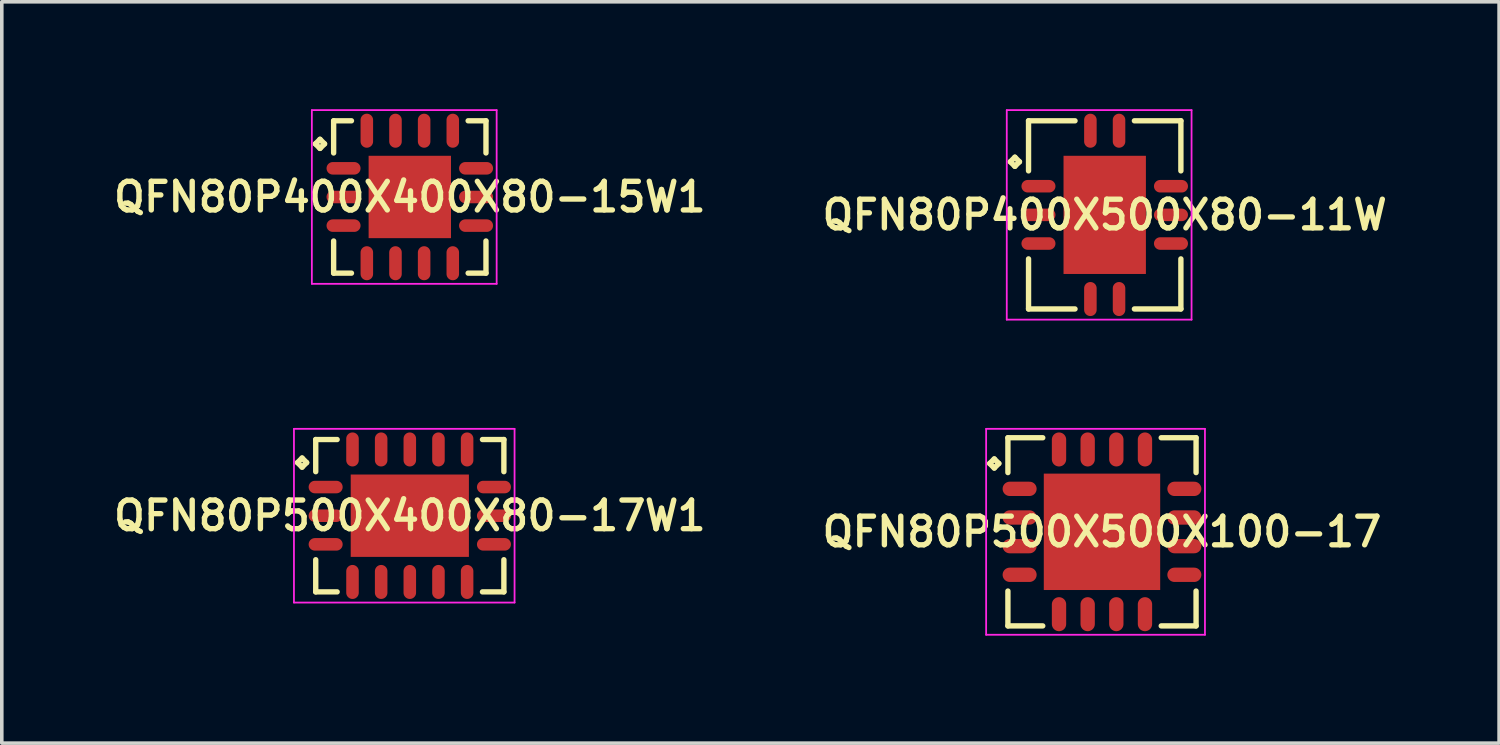
<source format=kicad_pcb>
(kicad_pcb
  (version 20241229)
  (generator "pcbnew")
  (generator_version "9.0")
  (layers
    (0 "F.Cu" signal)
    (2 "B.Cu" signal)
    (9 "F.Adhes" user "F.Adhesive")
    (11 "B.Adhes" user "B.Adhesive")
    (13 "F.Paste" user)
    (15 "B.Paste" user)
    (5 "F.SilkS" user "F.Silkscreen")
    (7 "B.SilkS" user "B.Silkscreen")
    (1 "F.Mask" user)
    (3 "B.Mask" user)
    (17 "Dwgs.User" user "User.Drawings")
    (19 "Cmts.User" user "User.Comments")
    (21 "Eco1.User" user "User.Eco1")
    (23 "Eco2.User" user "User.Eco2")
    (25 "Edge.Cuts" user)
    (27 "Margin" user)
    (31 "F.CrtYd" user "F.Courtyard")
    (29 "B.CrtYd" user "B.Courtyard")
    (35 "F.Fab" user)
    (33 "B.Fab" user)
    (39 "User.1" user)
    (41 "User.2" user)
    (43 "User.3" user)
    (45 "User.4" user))
  (footprint "QFN80P500X400X80-17W1"
    (layer "F.Cu")
    (at 8.393 11.35)
    (property "Reference" "QFN80P500X400X80-17W1" (at 0 0 0) (layer "F.SilkS") (effects (font (size 0.8 0.8) (thickness 0.15))))
    (attr smd)
    (fp_line (start -3.135 -1.483) (end -3.008 -1.61) (stroke (width 0.15) (type solid)) (layer "F.SilkS"))
    (fp_line (start -3.008 -1.61) (end -2.881 -1.483) (stroke (width 0.15) (type solid)) (layer "F.SilkS"))
    (fp_line (start -3.008 -1.356) (end -3.135 -1.483) (stroke (width 0.15) (type solid)) (layer "F.SilkS"))
    (fp_line (start -2.881 -1.483) (end -3.008 -1.356) (stroke (width 0.15) (type solid)) (layer "F.SilkS"))
    (fp_line (start -2.627 -2.127) (end -2.029 -2.127) (stroke (width 0.15) (type solid)) (layer "F.SilkS"))
    (fp_line (start -2.627 -1.229) (end -2.627 -2.127) (stroke (width 0.15) (type solid)) (layer "F.SilkS"))
    (fp_line (start -2.627 1.229) (end -2.627 2.127) (stroke (width 0.15) (type solid)) (layer "F.SilkS"))
    (fp_line (start -2.627 2.127) (end -2.029 2.127) (stroke (width 0.15) (type solid)) (layer "F.SilkS"))
    (fp_line (start 2.029 -2.127) (end 2.627 -2.127) (stroke (width 0.15) (type solid)) (layer "F.SilkS"))
    (fp_line (start 2.029 2.127) (end 2.627 2.127) (stroke (width 0.15) (type solid)) (layer "F.SilkS"))
    (fp_line (start 2.627 -2.127) (end 2.627 -1.229) (stroke (width 0.15) (type solid)) (layer "F.SilkS"))
    (fp_line (start 2.627 2.127) (end 2.627 1.229) (stroke (width 0.15) (type solid)) (layer "F.SilkS"))
    (fp_line (start -3.235 -2.425) (end 2.925 -2.425) (stroke (width 0.05) (type solid)) (layer "F.CrtYd"))
    (fp_line (start -3.235 2.425) (end -3.235 -2.425) (stroke (width 0.05) (type solid)) (layer "F.CrtYd"))
    (fp_line (start 2.925 -2.425) (end 2.925 2.425) (stroke (width 0.05) (type solid)) (layer "F.CrtYd"))
    (fp_line (start 2.925 2.425) (end -3.235 2.425) (stroke (width 0.05) (type solid)) (layer "F.CrtYd"))
    (pad "1" smd oval (at -2.35 -0.8) (size 0.95 0.35) (layers "F.Cu" "F.Mask" "F.Paste"))
    (pad "2" smd oval (at -2.35 0) (size 0.95 0.35) (layers "F.Cu" "F.Mask" "F.Paste"))
    (pad "3" smd oval (at -2.35 0.8) (size 0.95 0.35) (layers "F.Cu" "F.Mask" "F.Paste"))
    (pad "4" smd oval (at -1.6 1.85) (size 0.35 0.95) (layers "F.Cu" "F.Mask" "F.Paste"))
    (pad "5" smd oval (at -0.8 1.85) (size 0.35 0.95) (layers "F.Cu" "F.Mask" "F.Paste"))
    (pad "6" smd oval (at 0 1.85) (size 0.35 0.95) (layers "F.Cu" "F.Mask" "F.Paste"))
    (pad "7" smd oval (at 0.8 1.85) (size 0.35 0.95) (layers "F.Cu" "F.Mask" "F.Paste"))
    (pad "8" smd oval (at 1.6 1.85) (size 0.35 0.95) (layers "F.Cu" "F.Mask" "F.Paste"))
    (pad "9" smd oval (at 2.35 0.8) (size 0.95 0.35) (layers "F.Cu" "F.Mask" "F.Paste"))
    (pad "10" smd oval (at 2.35 0) (size 0.95 0.35) (layers "F.Cu" "F.Mask" "F.Paste"))
    (pad "11" smd oval (at 2.35 -0.8) (size 0.95 0.35) (layers "F.Cu" "F.Mask" "F.Paste"))
    (pad "12" smd oval (at 1.6 -1.85) (size 0.35 0.95) (layers "F.Cu" "F.Mask" "F.Paste"))
    (pad "13" smd oval (at 0.8 -1.85) (size 0.35 0.95) (layers "F.Cu" "F.Mask" "F.Paste"))
    (pad "14" smd oval (at 0 -1.85) (size 0.35 0.95) (layers "F.Cu" "F.Mask" "F.Paste"))
    (pad "15" smd oval (at -0.8 -1.85) (size 0.35 0.95) (layers "F.Cu" "F.Mask" "F.Paste"))
    (pad "16" smd oval (at -1.6 -1.85) (size 0.35 0.95) (layers "F.Cu" "F.Mask" "F.Paste"))
    (pad "17" smd rect (at 0 0) (size 3.3 2.3) (layers "F.Cu" "F.Mask" "F.Paste")))
  (footprint "QFN80P500X500X100-17"
    (layer "F.Cu")
    (at 27.721 11.8)
    (property "Reference" "QFN80P500X500X100-17" (at 0 0 0) (layer "F.SilkS") (effects (font (size 0.8 0.8) (thickness 0.15))))
    (attr smd)
    (fp_line (start -3.135 -1.908) (end -3.008 -2.035) (stroke (width 0.15) (type solid)) (layer "F.SilkS"))
    (fp_line (start -3.008 -2.035) (end -2.881 -1.908) (stroke (width 0.15) (type solid)) (layer "F.SilkS"))
    (fp_line (start -3.008 -1.781) (end -3.135 -1.908) (stroke (width 0.15) (type solid)) (layer "F.SilkS"))
    (fp_line (start -2.881 -1.908) (end -3.008 -1.781) (stroke (width 0.15) (type solid)) (layer "F.SilkS"))
    (fp_line (start -2.627 -2.627) (end -1.654 -2.627) (stroke (width 0.15) (type solid)) (layer "F.SilkS"))
    (fp_line (start -2.627 -1.654) (end -2.627 -2.627) (stroke (width 0.15) (type solid)) (layer "F.SilkS"))
    (fp_line (start -2.627 1.654) (end -2.627 2.627) (stroke (width 0.15) (type solid)) (layer "F.SilkS"))
    (fp_line (start -2.627 2.627) (end -1.654 2.627) (stroke (width 0.15) (type solid)) (layer "F.SilkS"))
    (fp_line (start 1.654 -2.627) (end 2.627 -2.627) (stroke (width 0.15) (type solid)) (layer "F.SilkS"))
    (fp_line (start 1.654 2.627) (end 2.627 2.627) (stroke (width 0.15) (type solid)) (layer "F.SilkS"))
    (fp_line (start 2.627 -2.627) (end 2.627 -1.654) (stroke (width 0.15) (type solid)) (layer "F.SilkS"))
    (fp_line (start 2.627 2.627) (end 2.627 1.654) (stroke (width 0.15) (type solid)) (layer "F.SilkS"))
    (fp_line (start -3.235 -2.875) (end 2.875 -2.875) (stroke (width 0.05) (type solid)) (layer "F.CrtYd"))
    (fp_line (start -3.235 2.875) (end -3.235 -2.875) (stroke (width 0.05) (type solid)) (layer "F.CrtYd"))
    (fp_line (start 2.875 -2.875) (end 2.875 2.875) (stroke (width 0.05) (type solid)) (layer "F.CrtYd"))
    (fp_line (start 2.875 2.875) (end -3.235 2.875) (stroke (width 0.05) (type solid)) (layer "F.CrtYd"))
    (pad "1" smd oval (at -2.3 -1.2) (size 0.95 0.4) (layers "F.Cu" "F.Mask" "F.Paste"))
    (pad "2" smd oval (at -2.3 -0.4) (size 0.95 0.4) (layers "F.Cu" "F.Mask" "F.Paste"))
    (pad "3" smd oval (at -2.3 0.4) (size 0.95 0.4) (layers "F.Cu" "F.Mask" "F.Paste"))
    (pad "4" smd oval (at -2.3 1.2) (size 0.95 0.4) (layers "F.Cu" "F.Mask" "F.Paste"))
    (pad "5" smd oval (at -1.2 2.3) (size 0.4 0.95) (layers "F.Cu" "F.Mask" "F.Paste"))
    (pad "6" smd oval (at -0.4 2.3) (size 0.4 0.95) (layers "F.Cu" "F.Mask" "F.Paste"))
    (pad "7" smd oval (at 0.4 2.3) (size 0.4 0.95) (layers "F.Cu" "F.Mask" "F.Paste"))
    (pad "8" smd oval (at 1.2 2.3) (size 0.4 0.95) (layers "F.Cu" "F.Mask" "F.Paste"))
    (pad "9" smd oval (at 2.3 1.2) (size 0.95 0.4) (layers "F.Cu" "F.Mask" "F.Paste"))
    (pad "10" smd oval (at 2.3 0.4) (size 0.95 0.4) (layers "F.Cu" "F.Mask" "F.Paste"))
    (pad "11" smd oval (at 2.3 -0.4) (size 0.95 0.4) (layers "F.Cu" "F.Mask" "F.Paste"))
    (pad "12" smd oval (at 2.3 -1.2) (size 0.95 0.4) (layers "F.Cu" "F.Mask" "F.Paste"))
    (pad "13" smd oval (at 1.2 -2.3) (size 0.4 0.95) (layers "F.Cu" "F.Mask" "F.Paste"))
    (pad "14" smd oval (at 0.4 -2.3) (size 0.4 0.95) (layers "F.Cu" "F.Mask" "F.Paste"))
    (pad "15" smd oval (at -0.4 -2.3) (size 0.4 0.95) (layers "F.Cu" "F.Mask" "F.Paste"))
    (pad "16" smd oval (at -1.2 -2.3) (size 0.4 0.95) (layers "F.Cu" "F.Mask" "F.Paste"))
    (pad "17" smd rect (at 0 0) (size 3.25 3.25) (layers "F.Cu" "F.Mask" "F.Paste")))
  (footprint "QFN80P400X500X80-11W"
    (layer "F.Cu")
    (at 27.797 2.95)
    (property "Reference" "QFN80P400X500X80-11W" (at 0 0 0) (layer "F.SilkS") (effects (font (size 0.8 0.8) (thickness 0.15))))
    (attr smd)
    (fp_line (start -2.635 -1.483) (end -2.508 -1.61) (stroke (width 0.15) (type solid)) (layer "F.SilkS"))
    (fp_line (start -2.508 -1.61) (end -2.381 -1.483) (stroke (width 0.15) (type solid)) (layer "F.SilkS"))
    (fp_line (start -2.508 -1.356) (end -2.635 -1.483) (stroke (width 0.15) (type solid)) (layer "F.SilkS"))
    (fp_line (start -2.381 -1.483) (end -2.508 -1.356) (stroke (width 0.15) (type solid)) (layer "F.SilkS"))
    (fp_line (start -2.127 -2.627) (end -0.829 -2.627) (stroke (width 0.15) (type solid)) (layer "F.SilkS"))
    (fp_line (start -2.127 -1.229) (end -2.127 -2.627) (stroke (width 0.15) (type solid)) (layer "F.SilkS"))
    (fp_line (start -2.127 1.229) (end -2.127 2.627) (stroke (width 0.15) (type solid)) (layer "F.SilkS"))
    (fp_line (start -2.127 2.627) (end -0.829 2.627) (stroke (width 0.15) (type solid)) (layer "F.SilkS"))
    (fp_line (start 0.829 -2.627) (end 2.127 -2.627) (stroke (width 0.15) (type solid)) (layer "F.SilkS"))
    (fp_line (start 0.829 2.627) (end 2.127 2.627) (stroke (width 0.15) (type solid)) (layer "F.SilkS"))
    (fp_line (start 2.127 -2.627) (end 2.127 -1.229) (stroke (width 0.15) (type solid)) (layer "F.SilkS"))
    (fp_line (start 2.127 2.627) (end 2.127 1.229) (stroke (width 0.15) (type solid)) (layer "F.SilkS"))
    (fp_line (start -2.735 -2.925) (end 2.425 -2.925) (stroke (width 0.05) (type solid)) (layer "F.CrtYd"))
    (fp_line (start -2.735 2.925) (end -2.735 -2.925) (stroke (width 0.05) (type solid)) (layer "F.CrtYd"))
    (fp_line (start 2.425 -2.925) (end 2.425 2.925) (stroke (width 0.05) (type solid)) (layer "F.CrtYd"))
    (fp_line (start 2.425 2.925) (end -2.735 2.925) (stroke (width 0.05) (type solid)) (layer "F.CrtYd"))
    (pad "1" smd oval (at -1.85 -0.8) (size 0.95 0.35) (layers "F.Cu" "F.Mask" "F.Paste"))
    (pad "2" smd oval (at -1.85 0) (size 0.95 0.35) (layers "F.Cu" "F.Mask" "F.Paste"))
    (pad "3" smd oval (at -1.85 0.8) (size 0.95 0.35) (layers "F.Cu" "F.Mask" "F.Paste"))
    (pad "4" smd oval (at -0.4 2.35) (size 0.35 0.95) (layers "F.Cu" "F.Mask" "F.Paste"))
    (pad "5" smd oval (at 0.4 2.35) (size 0.35 0.95) (layers "F.Cu" "F.Mask" "F.Paste"))
    (pad "6" smd oval (at 1.85 0.8) (size 0.95 0.35) (layers "F.Cu" "F.Mask" "F.Paste"))
    (pad "7" smd oval (at 1.85 0) (size 0.95 0.35) (layers "F.Cu" "F.Mask" "F.Paste"))
    (pad "8" smd oval (at 1.85 -0.8) (size 0.95 0.35) (layers "F.Cu" "F.Mask" "F.Paste"))
    (pad "9" smd oval (at 0.4 -2.35) (size 0.35 0.95) (layers "F.Cu" "F.Mask" "F.Paste"))
    (pad "10" smd oval (at -0.4 -2.35) (size 0.35 0.95) (layers "F.Cu" "F.Mask" "F.Paste"))
    (pad "11" smd rect (at 0 0) (size 2.3 3.3) (layers "F.Cu" "F.Mask" "F.Paste")))
  (footprint "QFN80P400X400X80-15W1"
    (layer "F.Cu")
    (at 8.393 2.45)
    (property "Reference" "QFN80P400X400X80-15W1" (at 0 0 0) (layer "F.SilkS") (effects (font (size 0.8 0.8) (thickness 0.15))))
    (attr smd)
    (fp_line (start -2.635 -1.483) (end -2.508 -1.61) (stroke (width 0.15) (type solid)) (layer "F.SilkS"))
    (fp_line (start -2.508 -1.61) (end -2.381 -1.483) (stroke (width 0.15) (type solid)) (layer "F.SilkS"))
    (fp_line (start -2.508 -1.356) (end -2.635 -1.483) (stroke (width 0.15) (type solid)) (layer "F.SilkS"))
    (fp_line (start -2.381 -1.483) (end -2.508 -1.356) (stroke (width 0.15) (type solid)) (layer "F.SilkS"))
    (fp_line (start -2.127 -2.127) (end -1.629 -2.127) (stroke (width 0.15) (type solid)) (layer "F.SilkS"))
    (fp_line (start -2.127 -1.229) (end -2.127 -2.127) (stroke (width 0.15) (type solid)) (layer "F.SilkS"))
    (fp_line (start -2.127 1.229) (end -2.127 2.127) (stroke (width 0.15) (type solid)) (layer "F.SilkS"))
    (fp_line (start -2.127 2.127) (end -1.629 2.127) (stroke (width 0.15) (type solid)) (layer "F.SilkS"))
    (fp_line (start 1.629 -2.127) (end 2.127 -2.127) (stroke (width 0.15) (type solid)) (layer "F.SilkS"))
    (fp_line (start 1.629 2.127) (end 2.127 2.127) (stroke (width 0.15) (type solid)) (layer "F.SilkS"))
    (fp_line (start 2.127 -2.127) (end 2.127 -1.229) (stroke (width 0.15) (type solid)) (layer "F.SilkS"))
    (fp_line (start 2.127 2.127) (end 2.127 1.229) (stroke (width 0.15) (type solid)) (layer "F.SilkS"))
    (fp_line (start -2.735 -2.425) (end 2.425 -2.425) (stroke (width 0.05) (type solid)) (layer "F.CrtYd"))
    (fp_line (start -2.735 2.425) (end -2.735 -2.425) (stroke (width 0.05) (type solid)) (layer "F.CrtYd"))
    (fp_line (start 2.425 -2.425) (end 2.425 2.425) (stroke (width 0.05) (type solid)) (layer "F.CrtYd"))
    (fp_line (start 2.425 2.425) (end -2.735 2.425) (stroke (width 0.05) (type solid)) (layer "F.CrtYd"))
    (pad "1" smd oval (at -1.85 -0.8) (size 0.95 0.35) (layers "F.Cu" "F.Mask" "F.Paste"))
    (pad "2" smd oval (at -1.85 0) (size 0.95 0.35) (layers "F.Cu" "F.Mask" "F.Paste"))
    (pad "3" smd oval (at -1.85 0.8) (size 0.95 0.35) (layers "F.Cu" "F.Mask" "F.Paste"))
    (pad "4" smd oval (at -1.2 1.85) (size 0.35 0.95) (layers "F.Cu" "F.Mask" "F.Paste"))
    (pad "5" smd oval (at -0.4 1.85) (size 0.35 0.95) (layers "F.Cu" "F.Mask" "F.Paste"))
    (pad "6" smd oval (at 0.4 1.85) (size 0.35 0.95) (layers "F.Cu" "F.Mask" "F.Paste"))
    (pad "7" smd oval (at 1.2 1.85) (size 0.35 0.95) (layers "F.Cu" "F.Mask" "F.Paste"))
    (pad "8" smd oval (at 1.85 0.8) (size 0.95 0.35) (layers "F.Cu" "F.Mask" "F.Paste"))
    (pad "9" smd oval (at 1.85 0) (size 0.95 0.35) (layers "F.Cu" "F.Mask" "F.Paste"))
    (pad "10" smd oval (at 1.85 -0.8) (size 0.95 0.35) (layers "F.Cu" "F.Mask" "F.Paste"))
    (pad "11" smd oval (at 1.2 -1.85) (size 0.35 0.95) (layers "F.Cu" "F.Mask" "F.Paste"))
    (pad "12" smd oval (at 0.4 -1.85) (size 0.35 0.95) (layers "F.Cu" "F.Mask" "F.Paste"))
    (pad "13" smd oval (at -0.4 -1.85) (size 0.35 0.95) (layers "F.Cu" "F.Mask" "F.Paste"))
    (pad "14" smd oval (at -1.2 -1.85) (size 0.35 0.95) (layers "F.Cu" "F.Mask" "F.Paste"))
    (pad "15" smd rect (at 0 0) (size 2.3 2.3) (layers "F.Cu" "F.Mask" "F.Paste")))
  (gr_rect
    (start -3 -3)
    (end 38.809 17.7)
    (stroke (width 0.1) (type default))
    (fill no)
    (layer "Edge.Cuts")))
</source>
